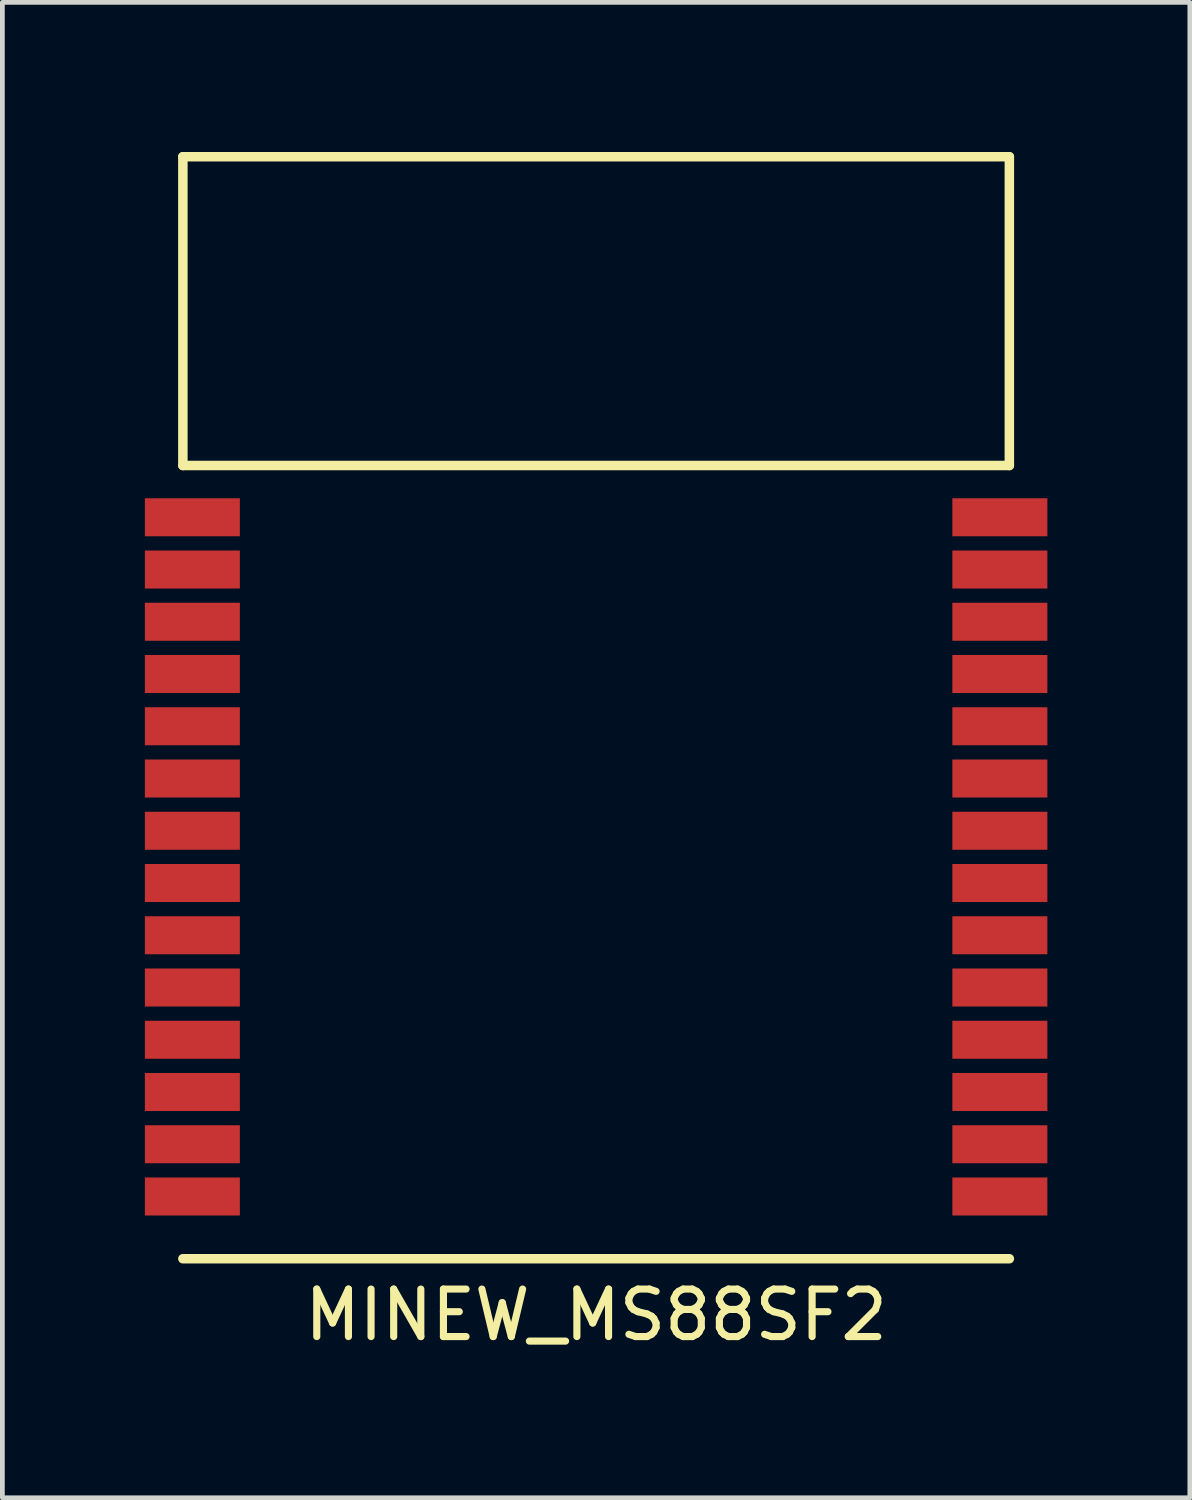
<source format=kicad_pcb>
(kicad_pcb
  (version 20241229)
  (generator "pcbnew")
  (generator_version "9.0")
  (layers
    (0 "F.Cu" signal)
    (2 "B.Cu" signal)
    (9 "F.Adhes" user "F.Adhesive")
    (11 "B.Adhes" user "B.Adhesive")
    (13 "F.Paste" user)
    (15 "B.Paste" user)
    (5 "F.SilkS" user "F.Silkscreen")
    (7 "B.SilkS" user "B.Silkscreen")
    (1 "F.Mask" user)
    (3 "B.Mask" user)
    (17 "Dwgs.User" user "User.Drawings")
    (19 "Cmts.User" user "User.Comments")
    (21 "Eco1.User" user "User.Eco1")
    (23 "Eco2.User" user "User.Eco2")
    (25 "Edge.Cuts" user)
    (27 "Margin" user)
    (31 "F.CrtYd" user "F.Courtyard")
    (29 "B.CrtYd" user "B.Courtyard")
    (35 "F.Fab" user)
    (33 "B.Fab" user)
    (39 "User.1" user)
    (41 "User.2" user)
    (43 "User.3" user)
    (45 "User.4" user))
  (footprint "MINEW_MS88SF2"
    (layer "F.Cu")
    (at 9.5 0.25)
    (property "Reference" "MINEW_MS88SF2" (at 0 24.384 0) (layer "F.SilkS") (effects (font (size 1 1) (thickness 0.15))))
    (attr through_hole)
    (fp_line (start -8.7 0) (end 8.7 0) (stroke (width 0.2) (type solid)) (layer "F.SilkS"))
    (fp_line (start -8.7 6.5) (end -8.7 0) (stroke (width 0.2) (type solid)) (layer "F.SilkS"))
    (fp_line (start -8.7 6.5) (end 8.7 6.5) (stroke (width 0.2) (type solid)) (layer "F.SilkS"))
    (fp_line (start 8.7 0) (end 8.7 6.5) (stroke (width 0.2) (type solid)) (layer "F.SilkS"))
    (fp_line (start 8.7 23.2) (end -8.7 23.2) (stroke (width 0.2) (type solid)) (layer "F.SilkS"))
    (pad "1" smd rect (at -8.5 7.59) (size 2 0.8) (layers "F.Cu" "F.Mask" "F.Paste"))
    (pad "2" smd rect (at -8.5 8.69) (size 2 0.8) (layers "F.Cu" "F.Mask" "F.Paste"))
    (pad "3" smd rect (at -8.5 9.79) (size 2 0.8) (layers "F.Cu" "F.Mask" "F.Paste"))
    (pad "4" smd rect (at -8.5 10.89) (size 2 0.8) (layers "F.Cu" "F.Mask" "F.Paste"))
    (pad "5" smd rect (at -8.5 11.99) (size 2 0.8) (layers "F.Cu" "F.Mask" "F.Paste"))
    (pad "6" smd rect (at -8.5 13.09) (size 2 0.8) (layers "F.Cu" "F.Mask" "F.Paste"))
    (pad "7" smd rect (at -8.5 14.19) (size 2 0.8) (layers "F.Cu" "F.Mask" "F.Paste"))
    (pad "8" smd rect (at -8.5 15.29) (size 2 0.8) (layers "F.Cu" "F.Mask" "F.Paste"))
    (pad "9" smd rect (at -8.5 16.39) (size 2 0.8) (layers "F.Cu" "F.Mask" "F.Paste"))
    (pad "10" smd rect (at -8.5 17.49) (size 2 0.8) (layers "F.Cu" "F.Mask" "F.Paste"))
    (pad "11" smd rect (at -8.5 18.59) (size 2 0.8) (layers "F.Cu" "F.Mask" "F.Paste"))
    (pad "12" smd rect (at -8.5 19.69) (size 2 0.8) (layers "F.Cu" "F.Mask" "F.Paste"))
    (pad "13" smd rect (at -8.5 20.79) (size 2 0.8) (layers "F.Cu" "F.Mask" "F.Paste"))
    (pad "14" smd rect (at -8.5 21.89) (size 2 0.8) (layers "F.Cu" "F.Mask" "F.Paste"))
    (pad "15" smd rect (at 8.5 21.89) (size 2 0.8) (layers "F.Cu" "F.Mask" "F.Paste"))
    (pad "16" smd rect (at 8.5 20.79) (size 2 0.8) (layers "F.Cu" "F.Mask" "F.Paste"))
    (pad "17" smd rect (at 8.5 19.69) (size 2 0.8) (layers "F.Cu" "F.Mask" "F.Paste"))
    (pad "18" smd rect (at 8.5 18.59) (size 2 0.8) (layers "F.Cu" "F.Mask" "F.Paste"))
    (pad "19" smd rect (at 8.5 17.49) (size 2 0.8) (layers "F.Cu" "F.Mask" "F.Paste"))
    (pad "20" smd rect (at 8.5 16.39) (size 2 0.8) (layers "F.Cu" "F.Mask" "F.Paste"))
    (pad "21" smd rect (at 8.5 15.29) (size 2 0.8) (layers "F.Cu" "F.Mask" "F.Paste"))
    (pad "22" smd rect (at 8.5 14.19) (size 2 0.8) (layers "F.Cu" "F.Mask" "F.Paste"))
    (pad "23" smd rect (at 8.5 13.09) (size 2 0.8) (layers "F.Cu" "F.Mask" "F.Paste"))
    (pad "24" smd rect (at 8.5 11.99) (size 2 0.8) (layers "F.Cu" "F.Mask" "F.Paste"))
    (pad "25" smd rect (at 8.5 10.89) (size 2 0.8) (layers "F.Cu" "F.Mask" "F.Paste"))
    (pad "26" smd rect (at 8.5 9.79) (size 2 0.8) (layers "F.Cu" "F.Mask" "F.Paste"))
    (pad "27" smd rect (at 8.5 8.69) (size 2 0.8) (layers "F.Cu" "F.Mask" "F.Paste"))
    (pad "28" smd rect (at 8.5 7.59) (size 2 0.8) (layers "F.Cu" "F.Mask" "F.Paste")))
  (gr_rect
    (start -3 -3)
    (end 22 28.482)
    (stroke (width 0.1) (type default))
    (fill no)
    (layer "Edge.Cuts")))
</source>
